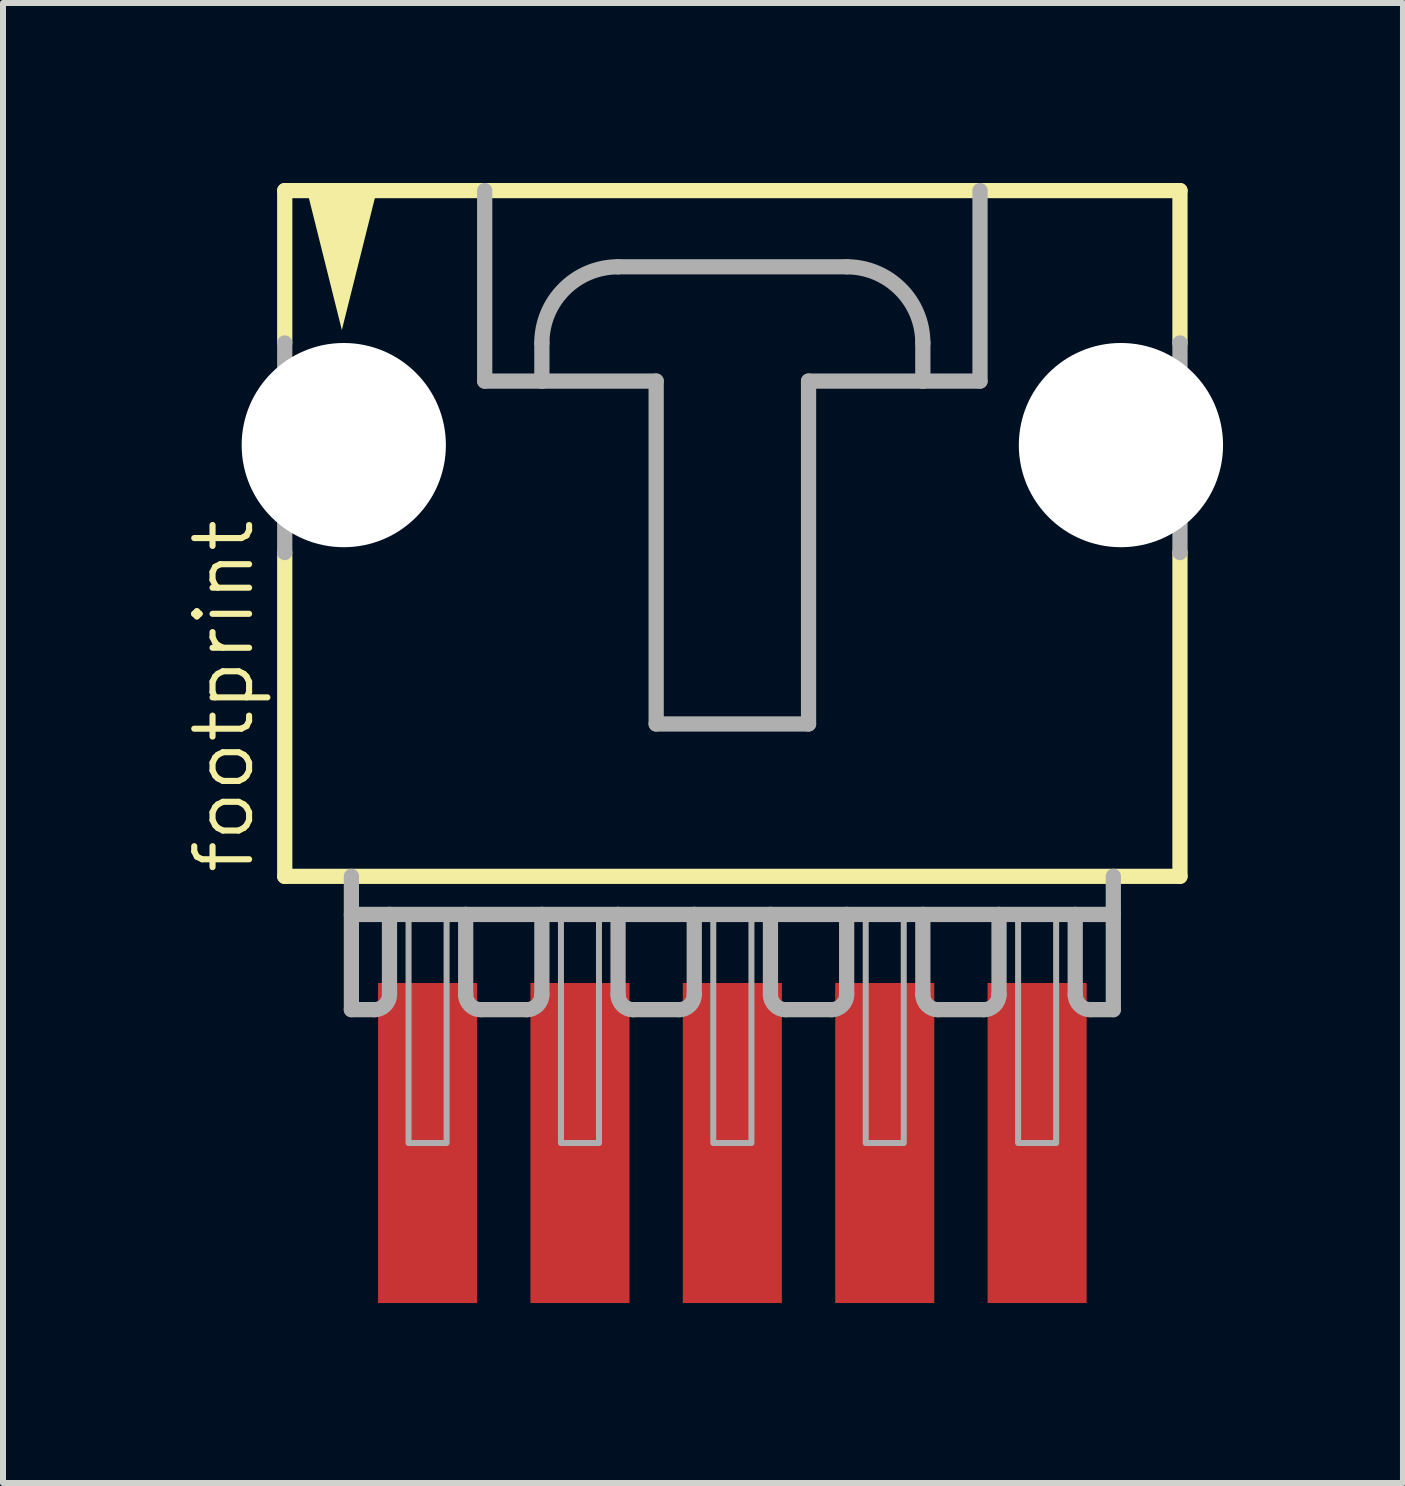
<source format=kicad_pcb>
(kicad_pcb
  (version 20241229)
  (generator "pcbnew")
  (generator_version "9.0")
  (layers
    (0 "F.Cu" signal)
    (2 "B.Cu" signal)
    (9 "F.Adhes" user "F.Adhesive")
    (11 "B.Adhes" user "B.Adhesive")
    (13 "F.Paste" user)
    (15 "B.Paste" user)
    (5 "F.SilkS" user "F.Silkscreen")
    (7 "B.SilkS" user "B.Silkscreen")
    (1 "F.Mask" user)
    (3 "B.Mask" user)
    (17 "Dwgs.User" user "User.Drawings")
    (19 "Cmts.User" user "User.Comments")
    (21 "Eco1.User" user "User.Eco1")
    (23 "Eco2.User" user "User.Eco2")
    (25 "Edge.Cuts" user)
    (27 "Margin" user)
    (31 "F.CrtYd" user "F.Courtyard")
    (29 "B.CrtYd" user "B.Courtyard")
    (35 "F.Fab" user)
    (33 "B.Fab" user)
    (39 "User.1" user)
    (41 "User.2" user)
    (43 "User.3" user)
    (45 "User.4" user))
  (footprint "footprint"
    (layer "F.Cu")
    (at 9.157 5.207)
    (property "Reference" "footprint" (at -7.938 6.35 90) (layer "F.SilkS") (effects (font (size 0.914 0.914) (thickness 0.102)) (justify left bottom)))
    (fp_line (start -7.461 -5.08) (end -7.461 -2.54) (stroke (width 0.254) (type solid)) (layer "F.SilkS"))
    (fp_line (start -7.461 0.953) (end -7.461 6.35) (stroke (width 0.254) (type solid)) (layer "F.SilkS"))
    (fp_line (start -7.461 6.35) (end 7.461 6.35) (stroke (width 0.254) (type solid)) (layer "F.SilkS"))
    (fp_line (start 7.461 -5.08) (end -7.461 -5.08) (stroke (width 0.254) (type solid)) (layer "F.SilkS"))
    (fp_line (start 7.461 -2.54) (end 7.461 -5.08) (stroke (width 0.254) (type solid)) (layer "F.SilkS"))
    (fp_line (start 7.461 6.35) (end 7.461 0.953) (stroke (width 0.254) (type solid)) (layer "F.SilkS"))
    (fp_poly (pts (xy -6.509 -2.756) (xy -7.115 -5.182) (xy -5.902 -5.182)) (stroke (width 0) (type solid)) (fill yes) (layer "F.SilkS"))
    (fp_line (start -7.461 -2.54) (end -7.461 0.953) (stroke (width 0.254) (type solid)) (layer "F.Fab"))
    (fp_line (start -6.35 6.35) (end -6.35 8.572) (stroke (width 0.254) (type solid)) (layer "F.Fab"))
    (fp_line (start -6.35 6.985) (end -5.715 6.985) (stroke (width 0.254) (type solid)) (layer "F.Fab"))
    (fp_line (start -5.969 8.572) (end -6.35 8.572) (stroke (width 0.254) (type solid)) (layer "F.Fab"))
    (fp_line (start -5.715 6.985) (end -5.715 8.319) (stroke (width 0.254) (type solid)) (layer "F.Fab"))
    (fp_line (start -5.715 6.985) (end -4.445 6.985) (stroke (width 0.254) (type solid)) (layer "F.Fab"))
    (fp_line (start -4.445 6.985) (end -4.445 8.319) (stroke (width 0.254) (type solid)) (layer "F.Fab"))
    (fp_line (start -4.445 6.985) (end -3.175 6.985) (stroke (width 0.254) (type solid)) (layer "F.Fab"))
    (fp_line (start -4.128 -5.08) (end -4.128 -1.905) (stroke (width 0.254) (type solid)) (layer "F.Fab"))
    (fp_line (start -4.128 -1.905) (end -3.175 -1.905) (stroke (width 0.254) (type solid)) (layer "F.Fab"))
    (fp_line (start -3.429 8.572) (end -4.191 8.572) (stroke (width 0.254) (type solid)) (layer "F.Fab"))
    (fp_line (start -3.175 -1.905) (end -3.175 -2.54) (stroke (width 0.254) (type solid)) (layer "F.Fab"))
    (fp_line (start -3.175 -1.905) (end -1.27 -1.905) (stroke (width 0.254) (type solid)) (layer "F.Fab"))
    (fp_line (start -3.175 6.985) (end -3.175 8.319) (stroke (width 0.254) (type solid)) (layer "F.Fab"))
    (fp_line (start -3.175 6.985) (end -1.905 6.985) (stroke (width 0.254) (type solid)) (layer "F.Fab"))
    (fp_line (start -1.905 -3.81) (end 1.905 -3.81) (stroke (width 0.254) (type solid)) (layer "F.Fab"))
    (fp_line (start -1.905 6.985) (end -1.905 8.319) (stroke (width 0.254) (type solid)) (layer "F.Fab"))
    (fp_line (start -1.905 6.985) (end -0.635 6.985) (stroke (width 0.254) (type solid)) (layer "F.Fab"))
    (fp_line (start -1.27 -1.905) (end -1.27 3.81) (stroke (width 0.254) (type solid)) (layer "F.Fab"))
    (fp_line (start -1.27 3.81) (end 1.27 3.81) (stroke (width 0.254) (type solid)) (layer "F.Fab"))
    (fp_line (start -0.889 8.572) (end -1.651 8.572) (stroke (width 0.254) (type solid)) (layer "F.Fab"))
    (fp_line (start -0.635 6.985) (end -0.635 8.319) (stroke (width 0.254) (type solid)) (layer "F.Fab"))
    (fp_line (start -0.635 6.985) (end 0.635 6.985) (stroke (width 0.254) (type solid)) (layer "F.Fab"))
    (fp_line (start 0.635 6.985) (end 0.635 8.319) (stroke (width 0.254) (type solid)) (layer "F.Fab"))
    (fp_line (start 0.635 6.985) (end 1.905 6.985) (stroke (width 0.254) (type solid)) (layer "F.Fab"))
    (fp_line (start 1.27 -1.905) (end 3.175 -1.905) (stroke (width 0.254) (type solid)) (layer "F.Fab"))
    (fp_line (start 1.27 3.81) (end 1.27 -1.905) (stroke (width 0.254) (type solid)) (layer "F.Fab"))
    (fp_line (start 1.651 8.572) (end 0.889 8.572) (stroke (width 0.254) (type solid)) (layer "F.Fab"))
    (fp_line (start 1.905 6.985) (end 1.905 8.319) (stroke (width 0.254) (type solid)) (layer "F.Fab"))
    (fp_line (start 1.905 6.985) (end 3.175 6.985) (stroke (width 0.254) (type solid)) (layer "F.Fab"))
    (fp_line (start 3.175 -2.54) (end 3.175 -1.905) (stroke (width 0.254) (type solid)) (layer "F.Fab"))
    (fp_line (start 3.175 -1.905) (end 4.128 -1.905) (stroke (width 0.254) (type solid)) (layer "F.Fab"))
    (fp_line (start 3.175 6.985) (end 3.175 8.319) (stroke (width 0.254) (type solid)) (layer "F.Fab"))
    (fp_line (start 3.175 6.985) (end 4.445 6.985) (stroke (width 0.254) (type solid)) (layer "F.Fab"))
    (fp_line (start 4.128 -1.905) (end 4.128 -5.08) (stroke (width 0.254) (type solid)) (layer "F.Fab"))
    (fp_line (start 4.191 8.572) (end 3.429 8.572) (stroke (width 0.254) (type solid)) (layer "F.Fab"))
    (fp_line (start 4.445 6.985) (end 4.445 8.319) (stroke (width 0.254) (type solid)) (layer "F.Fab"))
    (fp_line (start 4.445 6.985) (end 5.715 6.985) (stroke (width 0.254) (type solid)) (layer "F.Fab"))
    (fp_line (start 5.715 6.985) (end 5.715 8.319) (stroke (width 0.254) (type solid)) (layer "F.Fab"))
    (fp_line (start 5.715 6.985) (end 6.35 6.985) (stroke (width 0.254) (type solid)) (layer "F.Fab"))
    (fp_line (start 5.969 8.572) (end 6.35 8.572) (stroke (width 0.254) (type solid)) (layer "F.Fab"))
    (fp_line (start 6.35 8.572) (end 6.35 6.35) (stroke (width 0.254) (type solid)) (layer "F.Fab"))
    (fp_line (start 7.461 -2.54) (end 7.461 0.953) (stroke (width 0.254) (type solid)) (layer "F.Fab"))
    (fp_arc (start -5.715 8.3185) (mid -5.789395 8.498105) (end -5.969 8.5725) (stroke (width 0.254) (type solid)) (layer "F.Fab"))
    (fp_arc (start -4.191 8.5725) (mid -4.370605 8.498105) (end -4.445 8.3185) (stroke (width 0.254) (type solid)) (layer "F.Fab"))
    (fp_arc (start -3.175 -2.54) (mid -2.803026 -3.438026) (end -1.905 -3.81) (stroke (width 0.254) (type solid)) (layer "F.Fab"))
    (fp_arc (start -3.175 8.3185) (mid -3.249395 8.498105) (end -3.429 8.5725) (stroke (width 0.254) (type solid)) (layer "F.Fab"))
    (fp_arc (start -1.651 8.5725) (mid -1.830605 8.498105) (end -1.905 8.3185) (stroke (width 0.254) (type solid)) (layer "F.Fab"))
    (fp_arc (start -0.635 8.3185) (mid -0.709395 8.498105) (end -0.889 8.5725) (stroke (width 0.254) (type solid)) (layer "F.Fab"))
    (fp_arc (start 0.889 8.5725) (mid 0.709395 8.498105) (end 0.635 8.3185) (stroke (width 0.254) (type solid)) (layer "F.Fab"))
    (fp_arc (start 1.905 -3.81) (mid 2.803026 -3.438026) (end 3.175 -2.54) (stroke (width 0.254) (type solid)) (layer "F.Fab"))
    (fp_arc (start 1.905 8.3185) (mid 1.830605 8.498105) (end 1.651 8.5725) (stroke (width 0.254) (type solid)) (layer "F.Fab"))
    (fp_arc (start 3.429 8.5725) (mid 3.249395 8.498105) (end 3.175 8.3185) (stroke (width 0.254) (type solid)) (layer "F.Fab"))
    (fp_arc (start 4.445 8.3185) (mid 4.370605 8.498105) (end 4.191 8.5725) (stroke (width 0.254) (type solid)) (layer "F.Fab"))
    (fp_arc (start 5.969 8.5725) (mid 5.789395 8.498105) (end 5.715 8.3185) (stroke (width 0.254) (type solid)) (layer "F.Fab"))
    (fp_poly (pts (xy -5.397 10.795) (xy -4.763 10.795) (xy -4.763 6.985) (xy -5.397 6.985)) (stroke (width 0.1) (type solid)) (fill no) (layer "F.Fab"))
    (fp_poly (pts (xy -2.857 10.795) (xy -2.223 10.795) (xy -2.223 6.985) (xy -2.857 6.985)) (stroke (width 0.1) (type solid)) (fill no) (layer "F.Fab"))
    (fp_poly (pts (xy -0.318 10.795) (xy 0.318 10.795) (xy 0.318 6.985) (xy -0.318 6.985)) (stroke (width 0.1) (type solid)) (fill no) (layer "F.Fab"))
    (fp_poly (pts (xy 2.223 10.795) (xy 2.857 10.795) (xy 2.857 6.985) (xy 2.223 6.985)) (stroke (width 0.1) (type solid)) (fill no) (layer "F.Fab"))
    (fp_poly (pts (xy 4.763 10.795) (xy 5.397 10.795) (xy 5.397 6.985) (xy 4.763 6.985)) (stroke (width 0.1) (type solid)) (fill no) (layer "F.Fab"))
    (pad "" np_thru_hole circle (at -6.477 -0.838) (size 3.404 3.404) (drill 3.404) (layers "*.Cu" "*.Mask"))
    (pad "" np_thru_hole circle (at 6.477 -0.838) (size 3.404 3.404) (drill 3.404) (layers "*.Cu" "*.Mask"))
    (pad "1" smd rect (at -5.08 10.795 90) (size 5.334 1.651) (layers "F.Cu" "F.Mask" "F.Paste"))
    (pad "2" smd rect (at -2.54 10.795 90) (size 5.334 1.651) (layers "F.Cu" "F.Mask" "F.Paste"))
    (pad "3" smd rect (at 0 10.795 90) (size 5.334 1.651) (layers "F.Cu" "F.Mask" "F.Paste"))
    (pad "4" smd rect (at 2.54 10.795 90) (size 5.334 1.651) (layers "F.Cu" "F.Mask" "F.Paste"))
    (pad "5" smd rect (at 5.08 10.795 90) (size 5.334 1.651) (layers "F.Cu" "F.Mask" "F.Paste")))
  (gr_rect
    (start -3 -3)
    (end 20.335 21.669)
    (stroke (width 0.1) (type default))
    (fill no)
    (layer "Edge.Cuts")))
</source>
